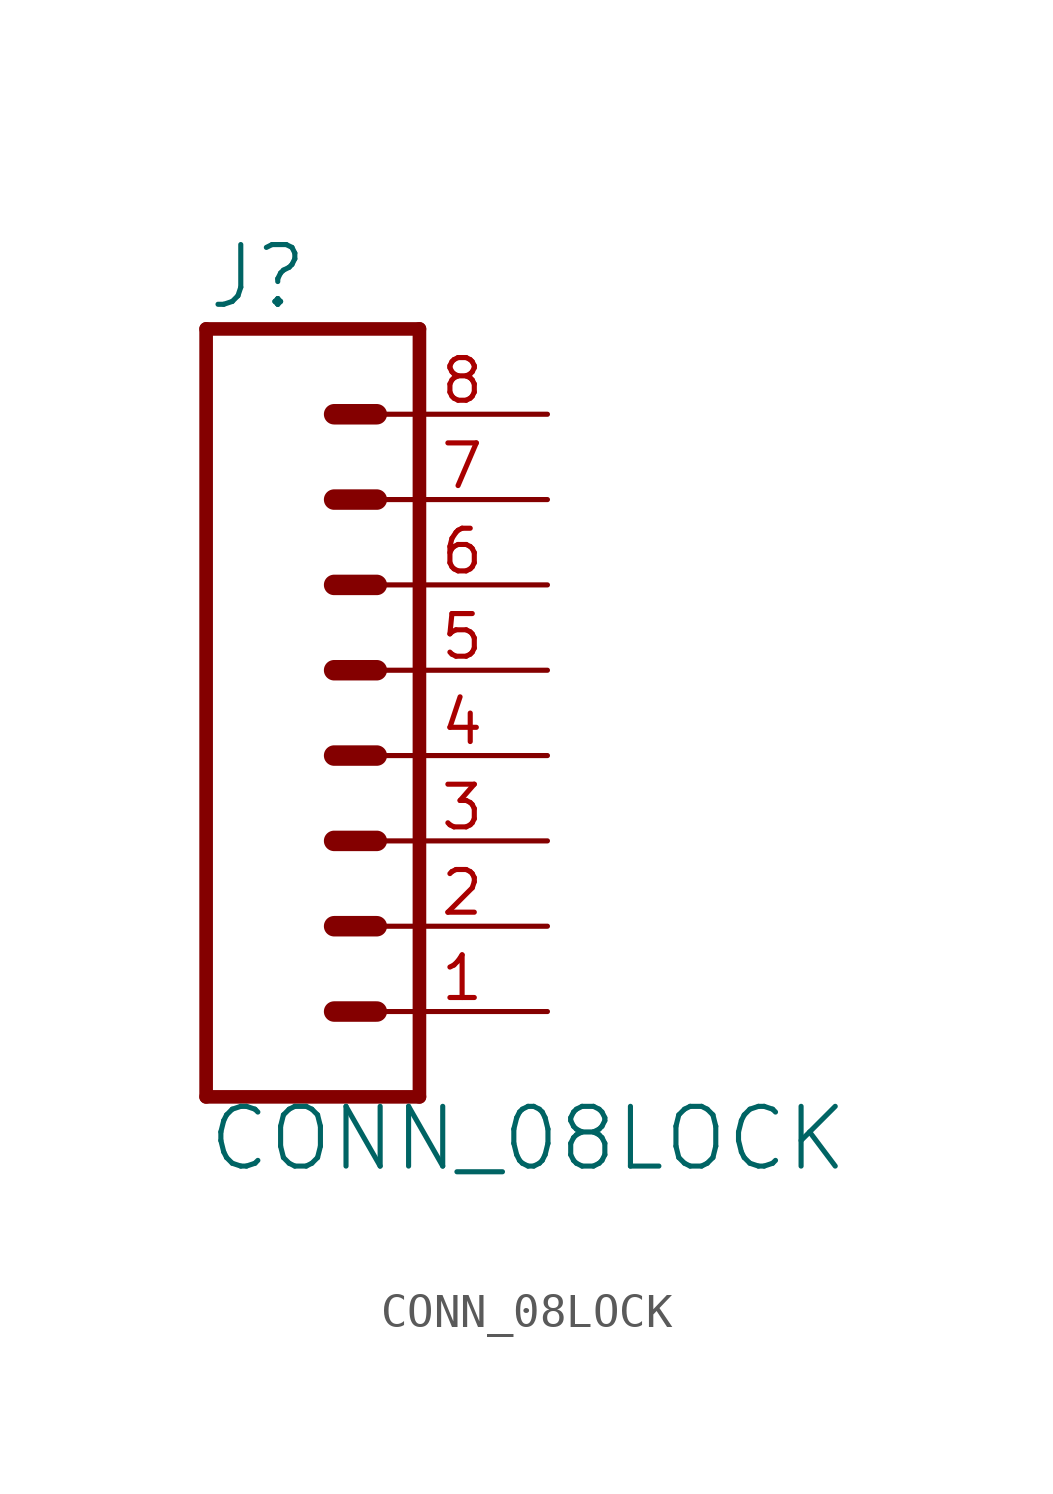
<source format=kicad_sym>
(kicad_symbol_lib
  (version 20211014)
  (generator kicad_symbol_editor)
  (symbol "CONN_08LOCK"
    (property "Reference" "J"
      (at -5.08 13.208 0)
      (effects (font (size 1.778 1.778)) (justify left bottom)))
    (property "Value" "CONN_08LOCK"
      (at -5.08 -12.446 0)
      (effects (font (size 1.778 1.778)) (justify left bottom)))
    (property "ki_locked" ""
      (at 0 0 0)
      (effects (font (size 1.27 1.27))))
    (symbol "CONN_08LOCK_1_0"
      (polyline (pts (xy -5.08 12.7) (xy -5.08 -10.16)) (stroke (width 0.406) (type default) (color 0 0 0 0)) (fill (type none)))
      (polyline (pts (xy -5.08 12.7) (xy 1.27 12.7)) (stroke (width 0.406) (type default) (color 0 0 0 0)) (fill (type none)))
      (polyline (pts (xy -1.27 -7.62) (xy 0 -7.62)) (stroke (width 0.61) (type default) (color 0 0 0 0)) (fill (type none)))
      (polyline (pts (xy -1.27 -5.08) (xy 0 -5.08)) (stroke (width 0.61) (type default) (color 0 0 0 0)) (fill (type none)))
      (polyline (pts (xy -1.27 -2.54) (xy 0 -2.54)) (stroke (width 0.61) (type default) (color 0 0 0 0)) (fill (type none)))
      (polyline (pts (xy -1.27 0) (xy 0 0)) (stroke (width 0.61) (type default) (color 0 0 0 0)) (fill (type none)))
      (polyline (pts (xy -1.27 2.54) (xy 0 2.54)) (stroke (width 0.61) (type default) (color 0 0 0 0)) (fill (type none)))
      (polyline (pts (xy -1.27 5.08) (xy 0 5.08)) (stroke (width 0.61) (type default) (color 0 0 0 0)) (fill (type none)))
      (polyline (pts (xy -1.27 7.62) (xy 0 7.62)) (stroke (width 0.61) (type default) (color 0 0 0 0)) (fill (type none)))
      (polyline (pts (xy -1.27 10.16) (xy 0 10.16)) (stroke (width 0.61) (type default) (color 0 0 0 0)) (fill (type none)))
      (polyline (pts (xy 1.27 -10.16) (xy -5.08 -10.16)) (stroke (width 0.406) (type default) (color 0 0 0 0)) (fill (type none)))
      (polyline (pts (xy 1.27 -10.16) (xy 1.27 12.7)) (stroke (width 0.406) (type default) (color 0 0 0 0)) (fill (type none)))
      (pin passive line (at 5.08 -7.62 180) (length 5.08) (name "1" (effects (font (size 0 0)))) (number "1" (effects (font (size 1.27 1.27)))))
      (pin passive line (at 5.08 -5.08 180) (length 5.08) (name "2" (effects (font (size 0 0)))) (number "2" (effects (font (size 1.27 1.27)))))
      (pin passive line (at 5.08 -2.54 180) (length 5.08) (name "3" (effects (font (size 0 0)))) (number "3" (effects (font (size 1.27 1.27)))))
      (pin passive line (at 5.08 0 180) (length 5.08) (name "4" (effects (font (size 0 0)))) (number "4" (effects (font (size 1.27 1.27)))))
      (pin passive line (at 5.08 2.54 180) (length 5.08) (name "5" (effects (font (size 0 0)))) (number "5" (effects (font (size 1.27 1.27)))))
      (pin passive line (at 5.08 5.08 180) (length 5.08) (name "6" (effects (font (size 0 0)))) (number "6" (effects (font (size 1.27 1.27)))))
      (pin passive line (at 5.08 7.62 180) (length 5.08) (name "7" (effects (font (size 0 0)))) (number "7" (effects (font (size 1.27 1.27)))))
      (pin passive line (at 5.08 10.16 180) (length 5.08) (name "8" (effects (font (size 0 0)))) (number "8" (effects (font (size 1.27 1.27))))))))
</source>
